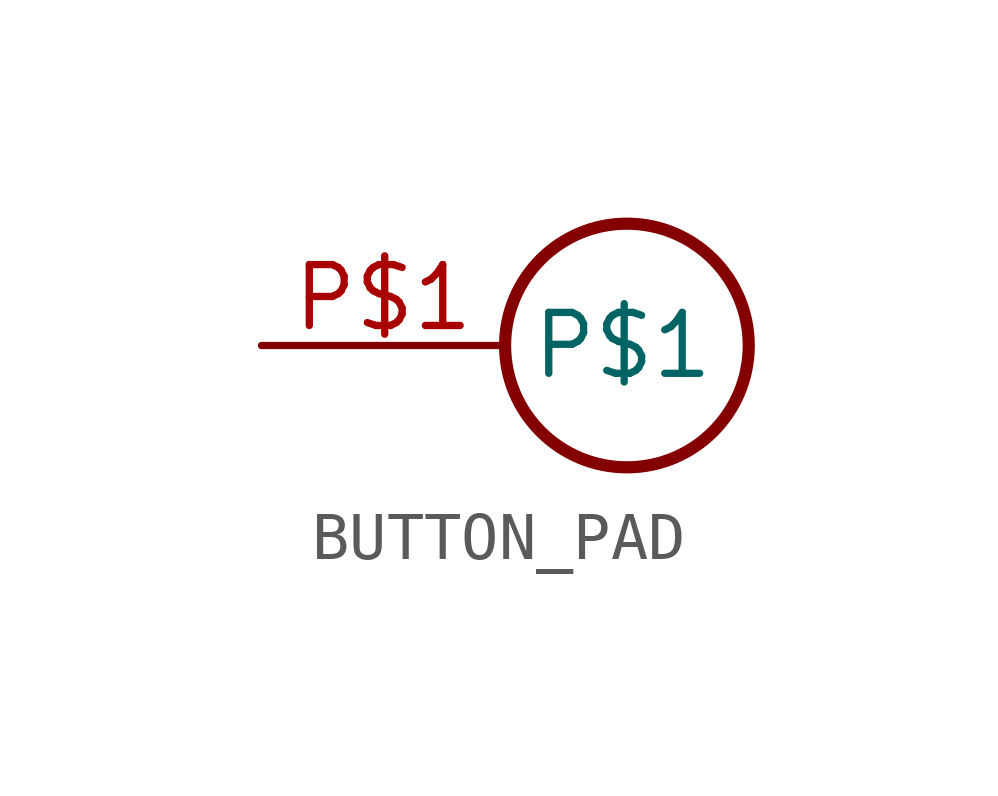
<source format=kicad_sym>
(kicad_symbol_lib
  (version 20211014)
  (generator kicad_symbol_editor)
  (symbol "BUTTON_PAD"
    (property "Reference" ""
      (at 0 0 0)
      (effects (font (size 1.27 1.27)) hide))
    (property "ki_locked" ""
      (at 0 0 0)
      (effects (font (size 1.27 1.27))))
    (symbol "BUTTON_PAD_1_0"
      (circle (center 0 0) (radius 2.54) (stroke (width 0.254) (type default) (color 0 0 0 0)) (fill (type none)))
      (pin bidirectional line (at -7.62 0 0) (length 5.08) (name "P$1" (effects (font (size 1.27 1.27)))) (number "P$1" (effects (font (size 1.27 1.27))))))))
</source>
